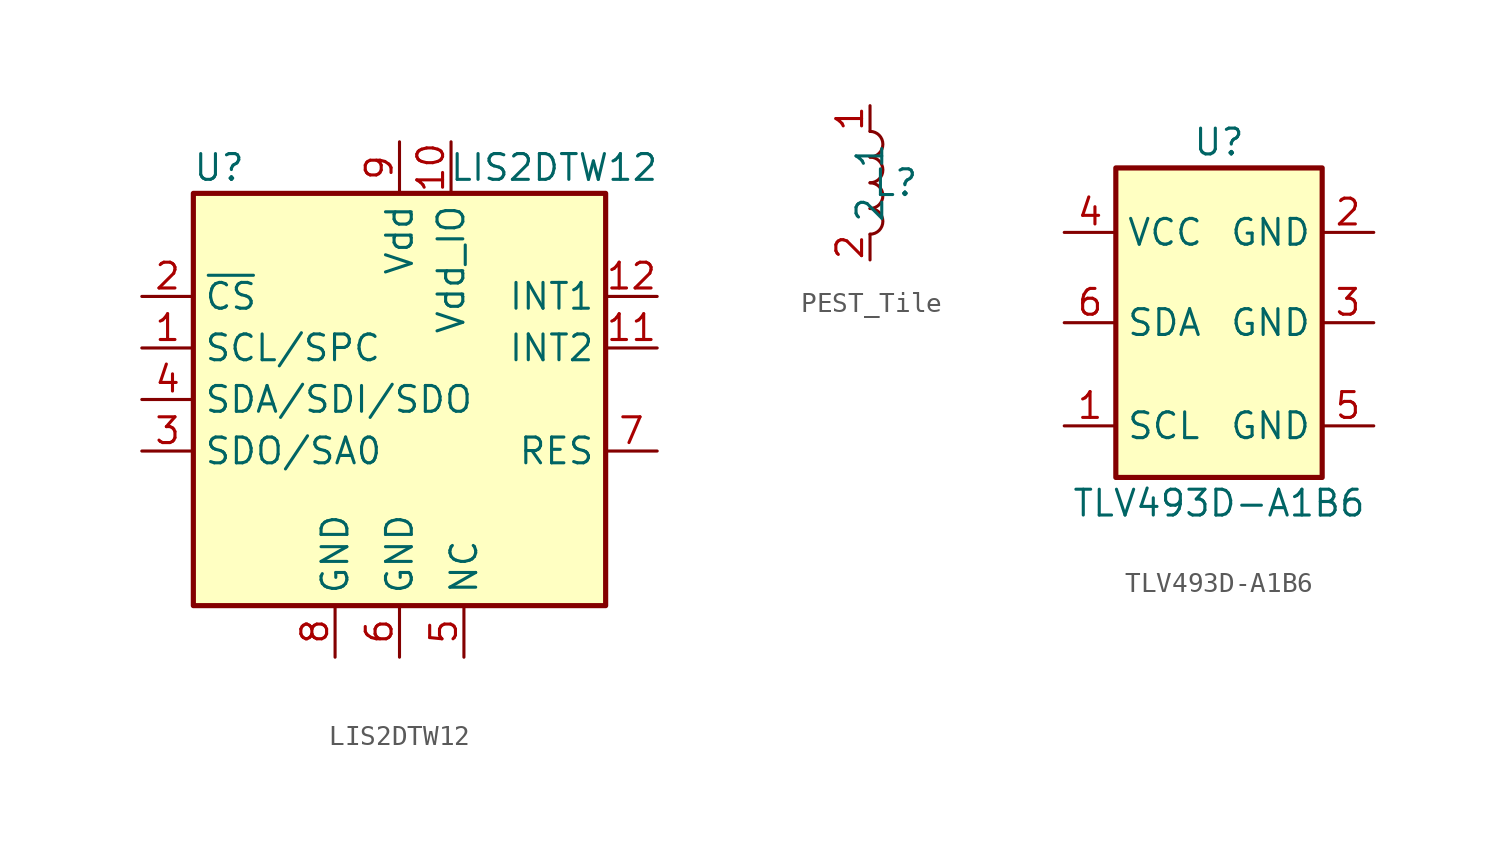
<source format=kicad_sym>
(kicad_symbol_lib
  (version 20220914)
  (generator kicad_symbol_editor)
  (symbol "LIS2DTW12"
    (property "Reference" "U"
      (at -8.89 11.43 0)
      (effects (font (size 1.27 1.27))))
    (property "Value" "LIS2DTW12"
      (at 7.62 11.43 0)
      (effects (font (size 1.27 1.27))))
    (symbol "LIS2DTW12_0_1"
      (rectangle (start -10.16 10.16) (end 10.16 -10.16) (stroke (width 0.254) (type default)) (fill (type background))))
    (symbol "LIS2DTW12_1_1"
      (pin input line (at -12.7 2.54 0) (length 2.54) (name "SCL/SPC" (effects (font (size 1.27 1.27)))) (number "1" (effects (font (size 1.27 1.27)))))
      (pin power_in line (at 2.54 12.7 270) (length 2.54) (name "Vdd_IO" (effects (font (size 1.27 1.27)))) (number "10" (effects (font (size 1.27 1.27)))))
      (pin bidirectional line (at 12.7 2.54 180) (length 2.54) (name "INT2" (effects (font (size 1.27 1.27)))) (number "11" (effects (font (size 1.27 1.27)))))
      (pin output line (at 12.7 5.08 180) (length 2.54) (name "INT1" (effects (font (size 1.27 1.27)))) (number "12" (effects (font (size 1.27 1.27)))))
      (pin input line (at -12.7 5.08 0) (length 2.54) (name "~{CS}" (effects (font (size 1.27 1.27)))) (number "2" (effects (font (size 1.27 1.27)))))
      (pin bidirectional line (at -12.7 -2.54 0) (length 2.54) (name "SDO/SA0" (effects (font (size 1.27 1.27)))) (number "3" (effects (font (size 1.27 1.27)))))
      (pin bidirectional line (at -12.7 0 0) (length 2.54) (name "SDA/SDI/SDO" (effects (font (size 1.27 1.27)))) (number "4" (effects (font (size 1.27 1.27)))))
      (pin passive line (at 3.175 -12.7 90) (length 2.54) (name "NC" (effects (font (size 1.27 1.27)))) (number "5" (effects (font (size 1.27 1.27)))))
      (pin power_in line (at 0 -12.7 90) (length 2.54) (name "GND" (effects (font (size 1.27 1.27)))) (number "6" (effects (font (size 1.27 1.27)))))
      (pin input line (at 12.7 -2.54 180) (length 2.54) (name "RES" (effects (font (size 1.27 1.27)))) (number "7" (effects (font (size 1.27 1.27)))))
      (pin power_in line (at -3.175 -12.7 90) (length 2.54) (name "GND" (effects (font (size 1.27 1.27)))) (number "8" (effects (font (size 1.27 1.27)))))
      (pin power_in line (at 0 12.7 270) (length 2.54) (name "Vdd" (effects (font (size 1.27 1.27)))) (number "9" (effects (font (size 1.27 1.27)))))))
  (symbol "PEST_Tile"
    (property "Reference" "L"
      (at 1.27 0 0)
      (effects (font (size 1.27 1.27))))
    (property "Value" ""
      (at 0 0 0)
      (effects (font (size 1.27 1.27))))
    (symbol "PEST_Tile_0_1"
      (arc (start 0 -2.54) (mid 0.6323 -1.905) (end 0 -1.27) (stroke (width 0) (type default)) (fill (type none)))
      (arc (start 0 -1.27) (mid 0.6323 -0.635) (end 0 0) (stroke (width 0) (type default)) (fill (type none)))
      (arc (start 0 0) (mid 0.6323 0.635) (end 0 1.27) (stroke (width 0) (type default)) (fill (type none)))
      (arc (start 0 1.27) (mid 0.6323 1.905) (end 0 2.54) (stroke (width 0) (type default)) (fill (type none))))
    (symbol "PEST_Tile_1_1"
      (pin passive line (at 0 3.81 270) (length 1.27) (name "1" (effects (font (size 1.27 1.27)))) (number "1" (effects (font (size 1.27 1.27)))))
      (pin passive line (at 0 -3.81 90) (length 1.27) (name "2" (effects (font (size 1.27 1.27)))) (number "2" (effects (font (size 1.27 1.27)))))))
  (symbol "TLV493D-A1B6"
    (property "Reference" "U"
      (at 0 8.89 0)
      (effects (font (size 1.27 1.27))))
    (property "Value" "TLV493D-A1B6"
      (at 0 -8.89 0)
      (effects (font (size 1.27 1.27))))
    (symbol "TLV493D-A1B6_0_1"
      (rectangle (start -5.08 7.62) (end 5.08 -7.62) (stroke (width 0.254) (type default)) (fill (type background))))
    (symbol "TLV493D-A1B6_1_1"
      (pin input line (at -7.62 -5.08 0) (length 2.54) (name "SCL" (effects (font (size 1.27 1.27)))) (number "1" (effects (font (size 1.27 1.27)))))
      (pin power_in line (at 7.62 4.445 180) (length 2.54) (name "GND" (effects (font (size 1.27 1.27)))) (number "2" (effects (font (size 1.27 1.27)))))
      (pin power_in line (at 7.62 0 180) (length 2.54) (name "GND" (effects (font (size 1.27 1.27)))) (number "3" (effects (font (size 1.27 1.27)))))
      (pin power_in line (at -7.62 4.445 0) (length 2.54) (name "VCC" (effects (font (size 1.27 1.27)))) (number "4" (effects (font (size 1.27 1.27)))))
      (pin power_in line (at 7.62 -5.08 180) (length 2.54) (name "GND" (effects (font (size 1.27 1.27)))) (number "5" (effects (font (size 1.27 1.27)))))
      (pin bidirectional line (at -7.62 0 0) (length 2.54) (name "SDA" (effects (font (size 1.27 1.27)))) (number "6" (effects (font (size 1.27 1.27))))))))
</source>
